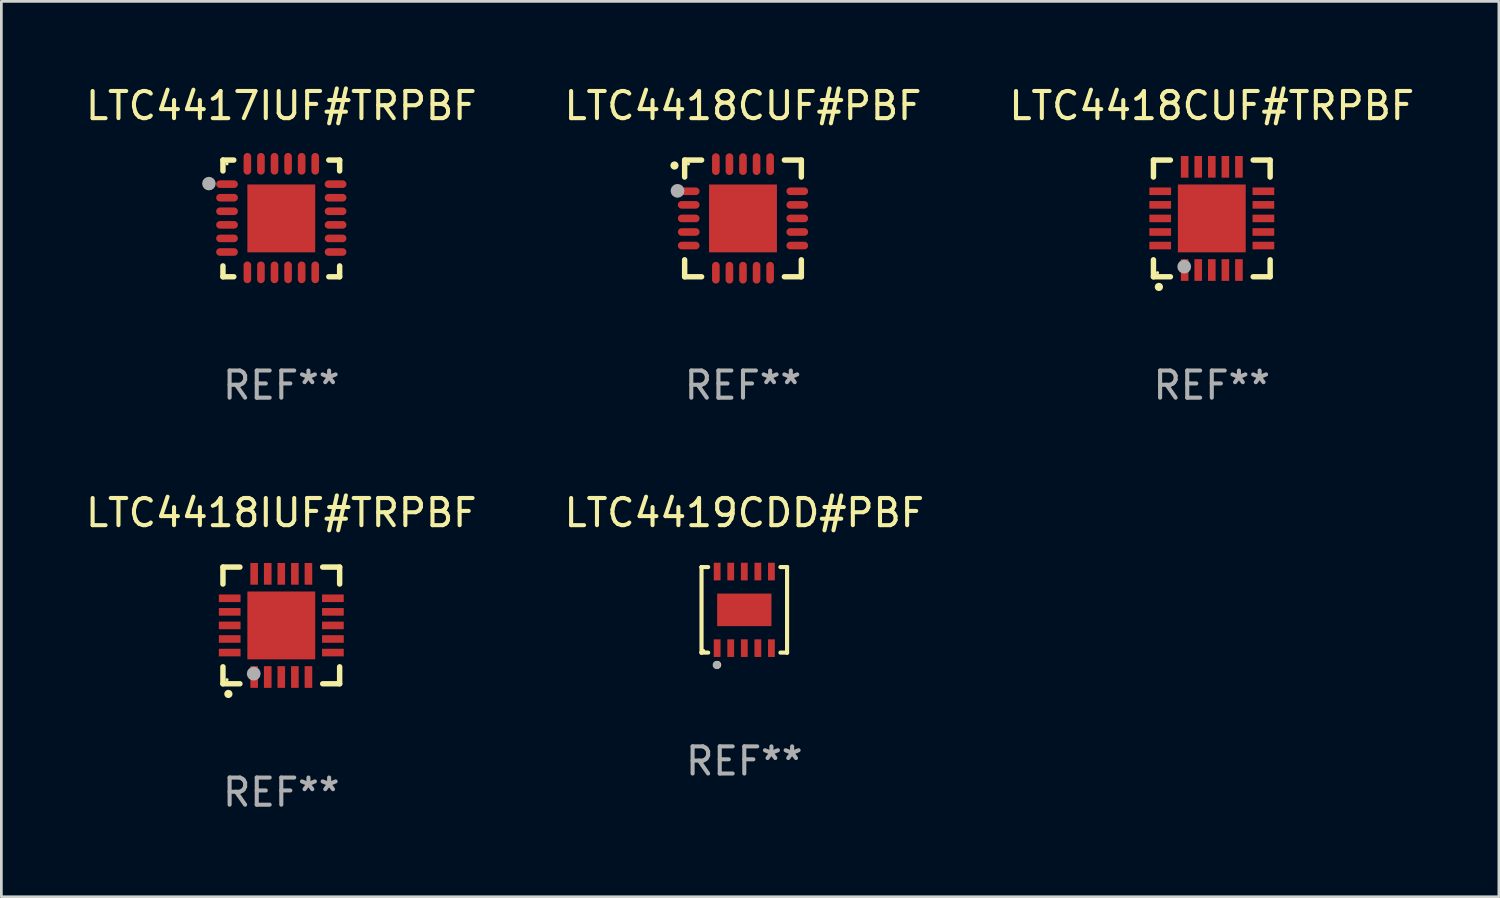
<source format=kicad_pcb>
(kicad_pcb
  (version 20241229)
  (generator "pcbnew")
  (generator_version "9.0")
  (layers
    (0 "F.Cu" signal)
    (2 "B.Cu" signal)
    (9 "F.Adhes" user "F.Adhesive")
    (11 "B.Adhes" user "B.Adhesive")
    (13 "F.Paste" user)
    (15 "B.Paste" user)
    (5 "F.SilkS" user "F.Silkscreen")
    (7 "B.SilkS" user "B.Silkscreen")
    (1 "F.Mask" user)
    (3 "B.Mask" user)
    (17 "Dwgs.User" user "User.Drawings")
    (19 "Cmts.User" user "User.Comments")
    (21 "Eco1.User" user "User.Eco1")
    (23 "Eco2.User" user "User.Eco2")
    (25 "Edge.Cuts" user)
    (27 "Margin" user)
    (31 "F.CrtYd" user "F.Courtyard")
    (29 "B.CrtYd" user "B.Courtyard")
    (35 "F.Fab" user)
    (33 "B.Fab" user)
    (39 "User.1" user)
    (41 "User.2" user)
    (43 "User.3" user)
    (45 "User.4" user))
  (footprint "LTC4418CUF#TRPBF"
    (layer "F.Cu")
    (at 41.601 4.998)
    (property "Reference" "LTC4418CUF#TRPBF" (at 0 -4.15 0) (layer "F.SilkS") (effects (font (size 1 1) (thickness 0.15))))
    (attr through_hole)
    (fp_line (start -2.15 -2.15) (end -2.15 -1.525) (stroke (width 0.2) (type solid)) (layer "F.SilkS"))
    (fp_line (start -2.15 2.15) (end -2.15 1.525) (stroke (width 0.2) (type solid)) (layer "F.SilkS"))
    (fp_line (start -1.525 -2.15) (end -2.15 -2.15) (stroke (width 0.2) (type solid)) (layer "F.SilkS"))
    (fp_line (start -1.525 2.15) (end -2.15 2.15) (stroke (width 0.2) (type solid)) (layer "F.SilkS"))
    (fp_line (start 1.525 2.15) (end 2.15 2.15) (stroke (width 0.2) (type solid)) (layer "F.SilkS"))
    (fp_line (start 2.15 -2.15) (end 1.525 -2.15) (stroke (width 0.2) (type solid)) (layer "F.SilkS"))
    (fp_line (start 2.15 -1.525) (end 2.15 -2.15) (stroke (width 0.2) (type solid)) (layer "F.SilkS"))
    (fp_line (start 2.15 2.15) (end 2.15 1.525) (stroke (width 0.2) (type solid)) (layer "F.SilkS"))
    (fp_arc (start -1.950724 2.524765) (mid -1.949454 2.52476) (end -1.948184 2.524765) (stroke (width 0.3) (type solid)) (layer "F.SilkS"))
    (fp_circle (center -2.001 2.001) (end -1.971 2.001) (stroke (width 0.06) (type solid)) (fill no) (layer "F.SilkS"))
    (fp_circle (center -1.016 1.778) (end -0.889 1.778) (stroke (width 0.254) (type solid)) (fill no) (layer "F.Fab"))
    (fp_text user "REF**" (at 0 6.15 0) (layer "F.Fab") (effects (font (size 1 1) (thickness 0.15))))
    (pad "1" smd rect (at -1 1.901) (size 0.28 0.8) (layers "F.Cu" "F.Mask" "F.Paste"))
    (pad "2" smd rect (at -0.5 1.901) (size 0.28 0.8) (layers "F.Cu" "F.Mask" "F.Paste"))
    (pad "3" smd rect (at 0 1.901) (size 0.28 0.8) (layers "F.Cu" "F.Mask" "F.Paste"))
    (pad "4" smd rect (at 0.5 1.901) (size 0.28 0.8) (layers "F.Cu" "F.Mask" "F.Paste"))
    (pad "5" smd rect (at 1 1.901) (size 0.28 0.8) (layers "F.Cu" "F.Mask" "F.Paste"))
    (pad "6" smd rect (at 1.901 1) (size 0.8 0.28) (layers "F.Cu" "F.Mask" "F.Paste"))
    (pad "7" smd rect (at 1.901 0.5) (size 0.8 0.28) (layers "F.Cu" "F.Mask" "F.Paste"))
    (pad "8" smd rect (at 1.901 0) (size 0.8 0.28) (layers "F.Cu" "F.Mask" "F.Paste"))
    (pad "9" smd rect (at 1.901 -0.5) (size 0.8 0.28) (layers "F.Cu" "F.Mask" "F.Paste"))
    (pad "10" smd rect (at 1.901 -1) (size 0.8 0.28) (layers "F.Cu" "F.Mask" "F.Paste"))
    (pad "11" smd rect (at 1 -1.901) (size 0.28 0.8) (layers "F.Cu" "F.Mask" "F.Paste"))
    (pad "12" smd rect (at 0.5 -1.901) (size 0.28 0.8) (layers "F.Cu" "F.Mask" "F.Paste"))
    (pad "13" smd rect (at 0 -1.901) (size 0.28 0.8) (layers "F.Cu" "F.Mask" "F.Paste"))
    (pad "14" smd rect (at -0.5 -1.901) (size 0.28 0.8) (layers "F.Cu" "F.Mask" "F.Paste"))
    (pad "15" smd rect (at -1 -1.901) (size 0.28 0.8) (layers "F.Cu" "F.Mask" "F.Paste"))
    (pad "16" smd rect (at -1.901 -1) (size 0.8 0.28) (layers "F.Cu" "F.Mask" "F.Paste"))
    (pad "17" smd rect (at -1.901 -0.5) (size 0.8 0.28) (layers "F.Cu" "F.Mask" "F.Paste"))
    (pad "18" smd rect (at -1.901 0) (size 0.8 0.28) (layers "F.Cu" "F.Mask" "F.Paste"))
    (pad "19" smd rect (at -1.901 0.5) (size 0.8 0.28) (layers "F.Cu" "F.Mask" "F.Paste"))
    (pad "20" smd rect (at -1.901 1) (size 0.8 0.28) (layers "F.Cu" "F.Mask" "F.Paste"))
    (pad "21" smd rect (at 0 0) (size 2.5 2.5) (layers "F.Cu" "F.Mask" "F.Paste")))
  (footprint "LTC4419CDD#PBF"
    (layer "F.Cu")
    (at 24.375 19.421)
    (property "Reference" "LTC4419CDD#PBF" (at 0 -3.576 0) (layer "F.SilkS") (effects (font (size 1 1) (thickness 0.15))))
    (attr through_hole)
    (fp_line (start -1.576 -1.576) (end -1.576 -1.576) (stroke (width 0.152) (type solid)) (layer "F.SilkS"))
    (fp_line (start -1.576 -1.576) (end -1.331 -1.576) (stroke (width 0.152) (type solid)) (layer "F.SilkS"))
    (fp_line (start -1.576 1.576) (end -1.576 -1.576) (stroke (width 0.152) (type solid)) (layer "F.SilkS"))
    (fp_line (start -1.576 1.576) (end -1.576 1.576) (stroke (width 0.152) (type solid)) (layer "F.SilkS"))
    (fp_line (start -1.331 1.576) (end -1.576 1.576) (stroke (width 0.152) (type solid)) (layer "F.SilkS"))
    (fp_line (start 1.331 1.576) (end 1.576 1.576) (stroke (width 0.152) (type solid)) (layer "F.SilkS"))
    (fp_line (start 1.576 -1.576) (end 1.331 -1.576) (stroke (width 0.152) (type solid)) (layer "F.SilkS"))
    (fp_line (start 1.576 -1.576) (end 1.576 -1.576) (stroke (width 0.152) (type solid)) (layer "F.SilkS"))
    (fp_line (start 1.576 1.576) (end 1.576 -1.576) (stroke (width 0.152) (type solid)) (layer "F.SilkS"))
    (fp_line (start 1.576 1.576) (end 1.576 1.576) (stroke (width 0.152) (type solid)) (layer "F.SilkS"))
    (fp_circle (center -1.5 1.5) (end -1.47 1.5) (stroke (width 0.06) (type solid)) (fill no) (layer "F.SilkS"))
    (fp_circle (center -1 2.028) (end -0.925 2.028) (stroke (width 0.15) (type solid)) (fill no) (layer "F.SilkS"))
    (fp_circle (center -1.016 2.032) (end -0.941 2.032) (stroke (width 0.15) (type solid)) (fill no) (layer "F.Fab"))
    (fp_text user "REF**" (at 0 5.576 0) (layer "F.Fab") (effects (font (size 1 1) (thickness 0.15))))
    (pad "1" smd rect (at -1 1.411) (size 0.25 0.65) (layers "F.Cu" "F.Mask" "F.Paste"))
    (pad "2" smd rect (at -0.5 1.411) (size 0.25 0.65) (layers "F.Cu" "F.Mask" "F.Paste"))
    (pad "3" smd rect (at 0 1.411) (size 0.25 0.65) (layers "F.Cu" "F.Mask" "F.Paste"))
    (pad "4" smd rect (at 0.5 1.411) (size 0.25 0.65) (layers "F.Cu" "F.Mask" "F.Paste"))
    (pad "5" smd rect (at 1 1.411) (size 0.25 0.65) (layers "F.Cu" "F.Mask" "F.Paste"))
    (pad "6" smd rect (at 1 -1.411) (size 0.25 0.65) (layers "F.Cu" "F.Mask" "F.Paste"))
    (pad "7" smd rect (at 0.5 -1.411) (size 0.25 0.65) (layers "F.Cu" "F.Mask" "F.Paste"))
    (pad "8" smd rect (at 0 -1.411) (size 0.25 0.65) (layers "F.Cu" "F.Mask" "F.Paste"))
    (pad "9" smd rect (at -0.5 -1.411) (size 0.25 0.65) (layers "F.Cu" "F.Mask" "F.Paste"))
    (pad "10" smd rect (at -1 -1.411) (size 0.25 0.65) (layers "F.Cu" "F.Mask" "F.Paste"))
    (pad "11" smd rect (at 0 0) (size 2 1.2) (layers "F.Cu" "F.Mask" "F.Paste")))
  (footprint "LTC4418IUF#TRPBF"
    (layer "F.Cu")
    (at 7.315 19.995)
    (property "Reference" "LTC4418IUF#TRPBF" (at 0 -4.15 0) (layer "F.SilkS") (effects (font (size 1 1) (thickness 0.15))))
    (attr through_hole)
    (fp_line (start -2.15 -2.15) (end -2.15 -1.525) (stroke (width 0.2) (type solid)) (layer "F.SilkS"))
    (fp_line (start -2.15 2.15) (end -2.15 1.525) (stroke (width 0.2) (type solid)) (layer "F.SilkS"))
    (fp_line (start -1.525 -2.15) (end -2.15 -2.15) (stroke (width 0.2) (type solid)) (layer "F.SilkS"))
    (fp_line (start -1.525 2.15) (end -2.15 2.15) (stroke (width 0.2) (type solid)) (layer "F.SilkS"))
    (fp_line (start 1.525 2.15) (end 2.15 2.15) (stroke (width 0.2) (type solid)) (layer "F.SilkS"))
    (fp_line (start 2.15 -2.15) (end 1.525 -2.15) (stroke (width 0.2) (type solid)) (layer "F.SilkS"))
    (fp_line (start 2.15 -1.525) (end 2.15 -2.15) (stroke (width 0.2) (type solid)) (layer "F.SilkS"))
    (fp_line (start 2.15 2.15) (end 2.15 1.525) (stroke (width 0.2) (type solid)) (layer "F.SilkS"))
    (fp_arc (start -1.950724 2.524765) (mid -1.949454 2.52476) (end -1.948184 2.524765) (stroke (width 0.3) (type solid)) (layer "F.SilkS"))
    (fp_circle (center -2.001 2.001) (end -1.971 2.001) (stroke (width 0.06) (type solid)) (fill no) (layer "F.SilkS"))
    (fp_circle (center -1.016 1.778) (end -0.889 1.778) (stroke (width 0.254) (type solid)) (fill no) (layer "F.Fab"))
    (fp_text user "REF**" (at 0 6.15 0) (layer "F.Fab") (effects (font (size 1 1) (thickness 0.15))))
    (pad "1" smd rect (at -1 1.901) (size 0.28 0.8) (layers "F.Cu" "F.Mask" "F.Paste"))
    (pad "2" smd rect (at -0.5 1.901) (size 0.28 0.8) (layers "F.Cu" "F.Mask" "F.Paste"))
    (pad "3" smd rect (at 0 1.901) (size 0.28 0.8) (layers "F.Cu" "F.Mask" "F.Paste"))
    (pad "4" smd rect (at 0.5 1.901) (size 0.28 0.8) (layers "F.Cu" "F.Mask" "F.Paste"))
    (pad "5" smd rect (at 1 1.901) (size 0.28 0.8) (layers "F.Cu" "F.Mask" "F.Paste"))
    (pad "6" smd rect (at 1.901 1) (size 0.8 0.28) (layers "F.Cu" "F.Mask" "F.Paste"))
    (pad "7" smd rect (at 1.901 0.5) (size 0.8 0.28) (layers "F.Cu" "F.Mask" "F.Paste"))
    (pad "8" smd rect (at 1.901 0) (size 0.8 0.28) (layers "F.Cu" "F.Mask" "F.Paste"))
    (pad "9" smd rect (at 1.901 -0.5) (size 0.8 0.28) (layers "F.Cu" "F.Mask" "F.Paste"))
    (pad "10" smd rect (at 1.901 -1) (size 0.8 0.28) (layers "F.Cu" "F.Mask" "F.Paste"))
    (pad "11" smd rect (at 1 -1.901) (size 0.28 0.8) (layers "F.Cu" "F.Mask" "F.Paste"))
    (pad "12" smd rect (at 0.5 -1.901) (size 0.28 0.8) (layers "F.Cu" "F.Mask" "F.Paste"))
    (pad "13" smd rect (at 0 -1.901) (size 0.28 0.8) (layers "F.Cu" "F.Mask" "F.Paste"))
    (pad "14" smd rect (at -0.5 -1.901) (size 0.28 0.8) (layers "F.Cu" "F.Mask" "F.Paste"))
    (pad "15" smd rect (at -1 -1.901) (size 0.28 0.8) (layers "F.Cu" "F.Mask" "F.Paste"))
    (pad "16" smd rect (at -1.901 -1) (size 0.8 0.28) (layers "F.Cu" "F.Mask" "F.Paste"))
    (pad "17" smd rect (at -1.901 -0.5) (size 0.8 0.28) (layers "F.Cu" "F.Mask" "F.Paste"))
    (pad "18" smd rect (at -1.901 0) (size 0.8 0.28) (layers "F.Cu" "F.Mask" "F.Paste"))
    (pad "19" smd rect (at -1.901 0.5) (size 0.8 0.28) (layers "F.Cu" "F.Mask" "F.Paste"))
    (pad "20" smd rect (at -1.901 1) (size 0.8 0.28) (layers "F.Cu" "F.Mask" "F.Paste"))
    (pad "21" smd rect (at 0 0) (size 2.5 2.5) (layers "F.Cu" "F.Mask" "F.Paste")))
  (footprint "LTC4417IUF#TRPBF"
    (layer "F.Cu")
    (at 7.315 4.998)
    (property "Reference" "LTC4417IUF#TRPBF" (at 0 -4.15 0) (layer "F.SilkS") (effects (font (size 1 1) (thickness 0.15))))
    (attr through_hole)
    (fp_line (start -2.15 -2.15) (end -1.75 -2.15) (stroke (width 0.2) (type solid)) (layer "F.SilkS"))
    (fp_line (start -2.15 -1.75) (end -2.15 -2.15) (stroke (width 0.2) (type solid)) (layer "F.SilkS"))
    (fp_line (start -2.15 2.15) (end -2.15 1.75) (stroke (width 0.2) (type solid)) (layer "F.SilkS"))
    (fp_line (start -1.75 2.15) (end -2.15 2.15) (stroke (width 0.2) (type solid)) (layer "F.SilkS"))
    (fp_line (start 1.75 -2.15) (end 2.15 -2.15) (stroke (width 0.2) (type solid)) (layer "F.SilkS"))
    (fp_line (start 1.75 2.15) (end 2.15 2.15) (stroke (width 0.2) (type solid)) (layer "F.SilkS"))
    (fp_line (start 2.15 -2.15) (end 2.15 -1.75) (stroke (width 0.2) (type solid)) (layer "F.SilkS"))
    (fp_line (start 2.15 2.15) (end 2.15 1.75) (stroke (width 0.2) (type solid)) (layer "F.SilkS"))
    (fp_circle (center -2 -2.013) (end -1.97 -2.013) (stroke (width 0.06) (type solid)) (fill no) (layer "F.SilkS"))
    (fp_circle (center -2.667 -1.283) (end -2.542 -1.283) (stroke (width 0.25) (type solid)) (fill no) (layer "F.Fab"))
    (fp_text user "REF**" (at 0 6.15 0) (layer "F.Fab") (effects (font (size 1 1) (thickness 0.15))))
    (pad "1" smd oval (at -2 -1.263) (size 0.8 0.28) (layers "F.Cu" "F.Mask" "F.Paste"))
    (pad "2" smd oval (at -2 -0.763) (size 0.8 0.28) (layers "F.Cu" "F.Mask" "F.Paste"))
    (pad "3" smd oval (at -2 -0.263) (size 0.8 0.28) (layers "F.Cu" "F.Mask" "F.Paste"))
    (pad "4" smd oval (at -2 0.237) (size 0.8 0.28) (layers "F.Cu" "F.Mask" "F.Paste"))
    (pad "5" smd oval (at -2 0.737) (size 0.8 0.28) (layers "F.Cu" "F.Mask" "F.Paste"))
    (pad "6" smd oval (at -2 1.237) (size 0.8 0.28) (layers "F.Cu" "F.Mask" "F.Paste"))
    (pad "7" smd oval (at -1.25 1.987) (size 0.28 0.8) (layers "F.Cu" "F.Mask" "F.Paste"))
    (pad "8" smd oval (at -0.75 1.987) (size 0.28 0.8) (layers "F.Cu" "F.Mask" "F.Paste"))
    (pad "9" smd oval (at -0.25 1.987) (size 0.28 0.8) (layers "F.Cu" "F.Mask" "F.Paste"))
    (pad "10" smd oval (at 0.25 1.987) (size 0.28 0.8) (layers "F.Cu" "F.Mask" "F.Paste"))
    (pad "11" smd oval (at 0.75 1.987) (size 0.28 0.8) (layers "F.Cu" "F.Mask" "F.Paste"))
    (pad "12" smd oval (at 1.25 1.987) (size 0.28 0.8) (layers "F.Cu" "F.Mask" "F.Paste"))
    (pad "13" smd oval (at 2 1.237) (size 0.8 0.28) (layers "F.Cu" "F.Mask" "F.Paste"))
    (pad "14" smd oval (at 2 0.737) (size 0.8 0.28) (layers "F.Cu" "F.Mask" "F.Paste"))
    (pad "15" smd oval (at 2 0.237) (size 0.8 0.28) (layers "F.Cu" "F.Mask" "F.Paste"))
    (pad "16" smd oval (at 2 -0.263) (size 0.8 0.28) (layers "F.Cu" "F.Mask" "F.Paste"))
    (pad "17" smd oval (at 2 -0.763) (size 0.8 0.28) (layers "F.Cu" "F.Mask" "F.Paste"))
    (pad "18" smd oval (at 2 -1.263) (size 0.8 0.28) (layers "F.Cu" "F.Mask" "F.Paste"))
    (pad "19" smd oval (at 1.25 -2.013) (size 0.28 0.8) (layers "F.Cu" "F.Mask" "F.Paste"))
    (pad "20" smd oval (at 0.75 -2.013) (size 0.28 0.8) (layers "F.Cu" "F.Mask" "F.Paste"))
    (pad "21" smd oval (at 0.25 -2.013) (size 0.28 0.8) (layers "F.Cu" "F.Mask" "F.Paste"))
    (pad "22" smd oval (at -0.25 -2.013) (size 0.28 0.8) (layers "F.Cu" "F.Mask" "F.Paste"))
    (pad "23" smd oval (at -0.75 -2.013) (size 0.28 0.8) (layers "F.Cu" "F.Mask" "F.Paste"))
    (pad "24" smd oval (at -1.25 -2.013) (size 0.28 0.8) (layers "F.Cu" "F.Mask" "F.Paste"))
    (pad "25" smd rect (at -0.000127 -0.00014) (size 2.5 2.5) (layers "F.Cu" "F.Mask" "F.Paste")))
  (footprint "LTC4418CUF#PBF"
    (layer "F.Cu")
    (at 24.327 4.998)
    (property "Reference" "LTC4418CUF#PBF" (at 0 -4.15 0) (layer "F.SilkS") (effects (font (size 1 1) (thickness 0.15))))
    (attr through_hole)
    (fp_line (start -2.15 -2.15) (end -1.525 -2.15) (stroke (width 0.2) (type solid)) (layer "F.SilkS"))
    (fp_line (start -2.15 -1.525) (end -2.15 -2.15) (stroke (width 0.2) (type solid)) (layer "F.SilkS"))
    (fp_line (start -2.15 1.525) (end -2.15 2.15) (stroke (width 0.2) (type solid)) (layer "F.SilkS"))
    (fp_line (start -2.15 2.15) (end -1.525 2.15) (stroke (width 0.2) (type solid)) (layer "F.SilkS"))
    (fp_line (start 1.525 2.15) (end 2.15 2.15) (stroke (width 0.2) (type solid)) (layer "F.SilkS"))
    (fp_line (start 2.15 -2.15) (end 1.525 -2.15) (stroke (width 0.2) (type solid)) (layer "F.SilkS"))
    (fp_line (start 2.15 -1.525) (end 2.15 -2.15) (stroke (width 0.2) (type solid)) (layer "F.SilkS"))
    (fp_line (start 2.15 2.15) (end 2.15 1.525) (stroke (width 0.2) (type solid)) (layer "F.SilkS"))
    (fp_arc (start -2.524765 -1.948184) (mid -2.52477 -1.949454) (end -2.524765 -1.950724) (stroke (width 0.3) (type solid)) (layer "F.SilkS"))
    (fp_circle (center -2.01 -2.009) (end -1.98 -2.009) (stroke (width 0.06) (type solid)) (fill no) (layer "F.SilkS"))
    (fp_circle (center -2.413 -1.016) (end -2.286 -1.016) (stroke (width 0.254) (type solid)) (fill no) (layer "F.Fab"))
    (fp_text user "REF**" (at 0 6.15 0) (layer "F.Fab") (effects (font (size 1 1) (thickness 0.15))))
    (pad "1" smd oval (at -2 -1 90) (size 0.28 0.8) (layers "F.Cu" "F.Mask" "F.Paste"))
    (pad "2" smd oval (at -2 -0.5 90) (size 0.28 0.8) (layers "F.Cu" "F.Mask" "F.Paste"))
    (pad "3" smd oval (at -2 0.000076 90) (size 0.28 0.8) (layers "F.Cu" "F.Mask" "F.Paste"))
    (pad "4" smd oval (at -2 0.5 90) (size 0.28 0.8) (layers "F.Cu" "F.Mask" "F.Paste"))
    (pad "5" smd oval (at -2 1 90) (size 0.28 0.8) (layers "F.Cu" "F.Mask" "F.Paste"))
    (pad "6" smd oval (at -1 2) (size 0.28 0.8) (layers "F.Cu" "F.Mask" "F.Paste"))
    (pad "7" smd oval (at -0.5 2) (size 0.28 0.8) (layers "F.Cu" "F.Mask" "F.Paste"))
    (pad "8" smd oval (at -0.000076 2) (size 0.28 0.8) (layers "F.Cu" "F.Mask" "F.Paste"))
    (pad "9" smd oval (at 0.5 2) (size 0.28 0.8) (layers "F.Cu" "F.Mask" "F.Paste"))
    (pad "10" smd oval (at 1 2) (size 0.28 0.8) (layers "F.Cu" "F.Mask" "F.Paste"))
    (pad "11" smd oval (at 2 1 90) (size 0.28 0.8) (layers "F.Cu" "F.Mask" "F.Paste"))
    (pad "12" smd oval (at 2 0.5 90) (size 0.28 0.8) (layers "F.Cu" "F.Mask" "F.Paste"))
    (pad "13" smd oval (at 2 0.000076 90) (size 0.28 0.8) (layers "F.Cu" "F.Mask" "F.Paste"))
    (pad "14" smd oval (at 2 -0.5 90) (size 0.28 0.8) (layers "F.Cu" "F.Mask" "F.Paste"))
    (pad "15" smd oval (at 2 -1 90) (size 0.28 0.8) (layers "F.Cu" "F.Mask" "F.Paste"))
    (pad "16" smd oval (at 1 -2) (size 0.28 0.8) (layers "F.Cu" "F.Mask" "F.Paste"))
    (pad "17" smd oval (at 0.5 -2) (size 0.28 0.8) (layers "F.Cu" "F.Mask" "F.Paste"))
    (pad "18" smd oval (at -0.000076 -2) (size 0.28 0.8) (layers "F.Cu" "F.Mask" "F.Paste"))
    (pad "19" smd oval (at -0.5 -2) (size 0.28 0.8) (layers "F.Cu" "F.Mask" "F.Paste"))
    (pad "20" smd oval (at -1 -2) (size 0.28 0.8) (layers "F.Cu" "F.Mask" "F.Paste"))
    (pad "21" smd rect (at -0.000076 0.000076) (size 2.5 2.5) (layers "F.Cu" "F.Mask" "F.Paste")))
  (gr_rect
    (start -3 -3)
    (end 52.179 29.993)
    (stroke (width 0.1) (type default))
    (fill no)
    (layer "Edge.Cuts")))
</source>
